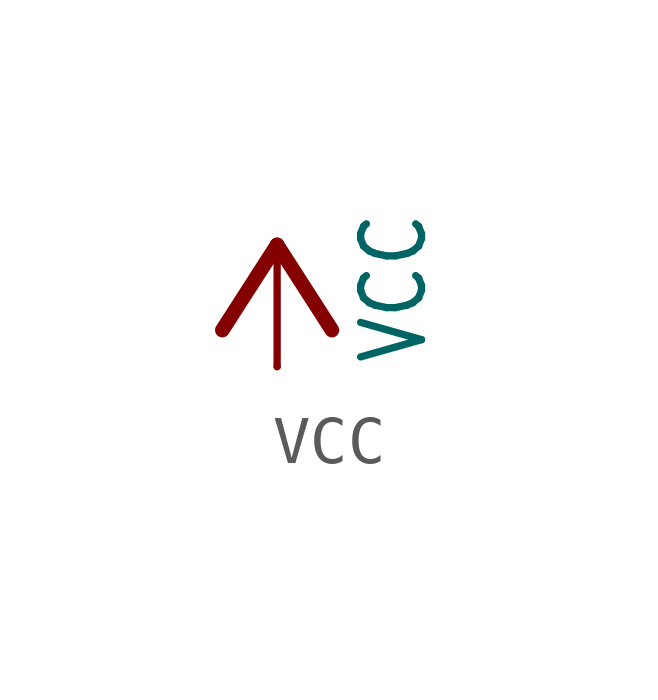
<source format=kicad_sym>
(kicad_symbol_lib
  (version 20201005)
  (generator kicad_symbol_editor)
  (symbol "VCC"
    (power)
    (property "Reference" ""
      (at 0 0 0)
      (effects (font (size 1.27 1.27)) hide))
    (property "Value" "VCC"
      (at 3.175 -2.54 90)
      (effects (font (size 1.27 1.079)) (justify left bottom)))
    (property "ki_locked" ""
      (at 0 0 0)
      (effects (font (size 1.27 1.27))))
    (symbol "VCC_1_0"
      (polyline (pts (xy 0 -2.54) (xy 0 0)) (stroke (width 0.152)) (fill (type none)))
      (polyline (pts (xy 0 0) (xy -1.143 -1.778)) (stroke (width 0.305)) (fill (type none)))
      (polyline (pts (xy 0 0) (xy 1.143 -1.778)) (stroke (width 0.305)) (fill (type none)))
      (pin power_in line (at 0 -2.54 0) (length 0) (name "VCC" (effects (font (size 0 0)))) (number "1" (effects (font (size 0 0))))))))
</source>
